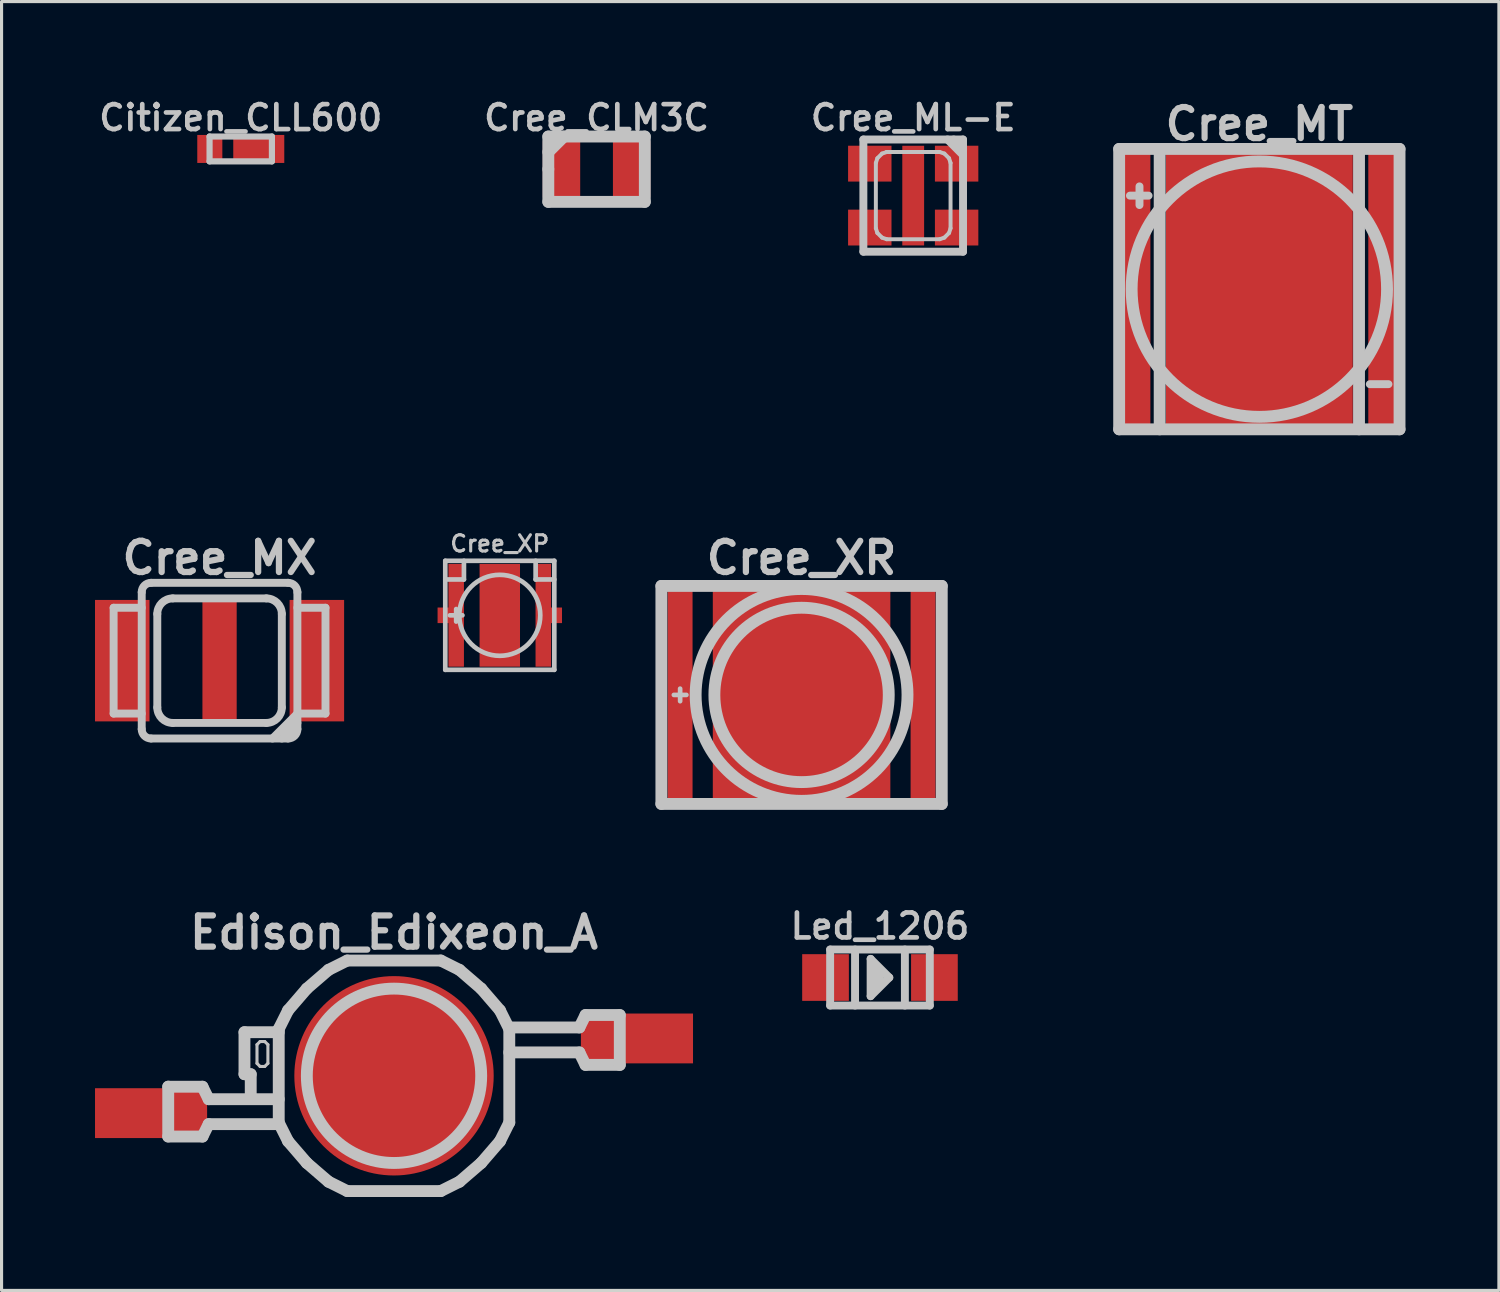
<source format=kicad_pcb>
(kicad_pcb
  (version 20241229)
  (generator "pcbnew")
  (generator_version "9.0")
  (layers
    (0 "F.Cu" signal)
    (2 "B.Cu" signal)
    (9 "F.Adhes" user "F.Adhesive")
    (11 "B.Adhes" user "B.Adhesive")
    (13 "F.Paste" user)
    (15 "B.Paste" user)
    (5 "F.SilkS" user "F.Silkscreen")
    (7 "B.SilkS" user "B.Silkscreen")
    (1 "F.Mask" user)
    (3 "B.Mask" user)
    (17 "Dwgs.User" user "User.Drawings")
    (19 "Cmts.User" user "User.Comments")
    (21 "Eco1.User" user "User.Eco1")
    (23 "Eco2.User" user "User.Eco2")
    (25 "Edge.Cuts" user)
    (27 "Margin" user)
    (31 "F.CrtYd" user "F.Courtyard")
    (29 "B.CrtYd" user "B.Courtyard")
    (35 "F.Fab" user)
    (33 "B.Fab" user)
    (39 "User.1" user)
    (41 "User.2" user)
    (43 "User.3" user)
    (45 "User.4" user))
  (footprint "Cree_ML-E"
    (layer "F.Cu")
    (at 26.269 3.23)
    (property "Reference" "Cree_ML-E" (at 0 -2.499 0) (layer "Dwgs.User") (effects (font (size 0.8 0.8) (thickness 0.15))))
    (attr through_hole)
    (fp_line (start -1.6 -1.801) (end 1.6 -1.801) (stroke (width 0.254) (type solid)) (layer "Dwgs.User"))
    (fp_line (start -1.6 1.801) (end -1.6 -1.801) (stroke (width 0.254) (type solid)) (layer "Dwgs.User"))
    (fp_line (start -1.199 -1.049) (end -1.199 1.049) (stroke (width 0.127) (type solid)) (layer "Dwgs.User"))
    (fp_line (start -1.199 1.049) (end -1.151 1.199) (stroke (width 0.127) (type solid)) (layer "Dwgs.User"))
    (fp_line (start -1.151 -1.199) (end -1.199 -1.049) (stroke (width 0.127) (type solid)) (layer "Dwgs.User"))
    (fp_line (start -1.151 1.199) (end -1.001 1.349) (stroke (width 0.127) (type solid)) (layer "Dwgs.User"))
    (fp_line (start -1.001 -1.349) (end -1.151 -1.199) (stroke (width 0.127) (type solid)) (layer "Dwgs.User"))
    (fp_line (start -0.851 -1.4) (end -1.001 -1.349) (stroke (width 0.127) (type solid)) (layer "Dwgs.User"))
    (fp_line (start -0.851 -1.4) (end -0.8 -1.4) (stroke (width 0.127) (type solid)) (layer "Dwgs.User"))
    (fp_line (start -0.851 1.4) (end -1.001 1.349) (stroke (width 0.127) (type solid)) (layer "Dwgs.User"))
    (fp_line (start -0.851 1.4) (end 0.851 1.4) (stroke (width 0.127) (type solid)) (layer "Dwgs.User"))
    (fp_line (start 0.851 -1.4) (end -0.851 -1.4) (stroke (width 0.127) (type solid)) (layer "Dwgs.User"))
    (fp_line (start 0.851 1.4) (end 1.001 1.349) (stroke (width 0.127) (type solid)) (layer "Dwgs.User"))
    (fp_line (start 1.001 -1.349) (end 0.851 -1.4) (stroke (width 0.127) (type solid)) (layer "Dwgs.User"))
    (fp_line (start 1.1 -1.801) (end 1.6 -1.3) (stroke (width 0.254) (type solid)) (layer "Dwgs.User"))
    (fp_line (start 1.151 -1.199) (end 1.001 -1.349) (stroke (width 0.127) (type solid)) (layer "Dwgs.User"))
    (fp_line (start 1.151 1.199) (end 1.001 1.349) (stroke (width 0.127) (type solid)) (layer "Dwgs.User"))
    (fp_line (start 1.199 -1.049) (end 1.151 -1.199) (stroke (width 0.127) (type solid)) (layer "Dwgs.User"))
    (fp_line (start 1.199 1.049) (end 1.151 1.199) (stroke (width 0.127) (type solid)) (layer "Dwgs.User"))
    (fp_line (start 1.199 1.049) (end 1.199 -1.049) (stroke (width 0.127) (type solid)) (layer "Dwgs.User"))
    (fp_line (start 1.3 -1.801) (end 1.6 -1.501) (stroke (width 0.254) (type solid)) (layer "Dwgs.User"))
    (fp_line (start 1.6 -1.801) (end 1.6 1.801) (stroke (width 0.254) (type solid)) (layer "Dwgs.User"))
    (fp_line (start 1.6 1.801) (end -1.6 1.801) (stroke (width 0.254) (type solid)) (layer "Dwgs.User"))
    (pad "1" smd rect (at -1.394 -1.026) (size 1.394 1.151) (layers "F.Cu" "F.Mask" "F.Paste"))
    (pad "2" smd rect (at -1.394 1.026) (size 1.394 1.151) (layers "F.Cu" "F.Mask" "F.Paste"))
    (pad "3" smd rect (at 1.394 1.026) (size 1.394 1.151) (layers "F.Cu" "F.Mask" "F.Paste"))
    (pad "4" smd rect (at 1.394 -1.026) (size 1.394 1.151) (layers "F.Cu" "F.Mask" "F.Paste"))
    (pad "5" smd rect (at 0 0) (size 0.701 3.2) (layers "F.Cu" "F.Mask" "F.Paste")))
  (footprint "Citizen_CLL600"
    (layer "F.Cu")
    (at 4.679 1.732)
    (property "Reference" "Citizen_CLL600" (at 0 -1.001 0) (layer "Dwgs.User") (effects (font (size 0.8 0.8) (thickness 0.15))))
    (attr through_hole)
    (fp_line (start -1.001 -0.399) (end 1.001 -0.399) (stroke (width 0.198) (type solid)) (layer "Dwgs.User"))
    (fp_line (start -1.001 0.399) (end -1.001 -0.399) (stroke (width 0.198) (type solid)) (layer "Dwgs.User"))
    (fp_line (start 1.001 -0.399) (end 1.001 0.399) (stroke (width 0.198) (type solid)) (layer "Dwgs.User"))
    (fp_line (start 1.001 0.399) (end -1.001 0.399) (stroke (width 0.198) (type solid)) (layer "Dwgs.User"))
    (pad "1" smd rect (at -0.993 0) (size 0.805 0.899) (layers "F.Cu" "F.Mask" "F.Paste"))
    (pad "2" smd rect (at 0.579 0) (size 1.638 0.899) (layers "F.Cu" "F.Mask" "F.Paste")))
  (footprint "Cree_CLM3C"
    (layer "F.Cu")
    (at 16.103 2.382)
    (property "Reference" "Cree_CLM3C" (at 0 -1.651 0) (layer "Dwgs.User") (effects (font (size 0.8 0.8) (thickness 0.15))))
    (attr through_hole)
    (fp_line (start -1.549 -1.049) (end 1.549 -1.049) (stroke (width 0.381) (type solid)) (layer "Dwgs.User"))
    (fp_line (start -1.549 -0.551) (end -1.049 -1.049) (stroke (width 0.381) (type solid)) (layer "Dwgs.User"))
    (fp_line (start -1.549 0) (end -1.549 -1.049) (stroke (width 0.381) (type solid)) (layer "Dwgs.User"))
    (fp_line (start -1.549 1.049) (end -1.549 0) (stroke (width 0.381) (type solid)) (layer "Dwgs.User"))
    (fp_line (start 1.549 -1.049) (end 1.549 1.049) (stroke (width 0.381) (type solid)) (layer "Dwgs.User"))
    (fp_line (start 1.549 1.049) (end -1.549 1.049) (stroke (width 0.381) (type solid)) (layer "Dwgs.User"))
    (pad "1" smd rect (at -1.125 0) (size 1.199 1.801) (layers "F.Cu" "F.Mask" "F.Paste"))
    (pad "2" smd rect (at 1.125 0) (size 1.199 1.801) (layers "F.Cu" "F.Mask" "F.Paste")))
  (footprint "Cree_XR"
    (layer "F.Cu")
    (at 22.685 19.261)
    (property "Reference" "Cree_XR" (at 0 -4.399 0) (layer "Dwgs.User") (effects (font (size 1.001 1.001) (thickness 0.201))))
    (attr through_hole)
    (fp_line (start -4.501 -3.5) (end -4.501 3.5) (stroke (width 0.381) (type solid)) (layer "Dwgs.User"))
    (fp_line (start -4.501 3.5) (end 4.501 3.5) (stroke (width 0.381) (type solid)) (layer "Dwgs.User"))
    (fp_line (start -3.899 0.201) (end -3.899 -0.201) (stroke (width 0.15) (type solid)) (layer "Dwgs.User"))
    (fp_line (start -3.698 0) (end -4.1 0) (stroke (width 0.15) (type solid)) (layer "Dwgs.User"))
    (fp_line (start 4.501 -3.5) (end -4.501 -3.5) (stroke (width 0.381) (type solid)) (layer "Dwgs.User"))
    (fp_line (start 4.501 3.5) (end 4.501 -3.5) (stroke (width 0.381) (type solid)) (layer "Dwgs.User"))
    (fp_circle (center 0 0) (end -3.401 0) (stroke (width 0.381) (type solid)) (fill no) (layer "Dwgs.User"))
    (fp_circle (center 0 0) (end -2.799 0) (stroke (width 0.381) (type solid)) (fill no) (layer "Dwgs.User"))
    (pad "" smd rect (at -3.861 0) (size 0.297 4.996) (layers "F.Mask" "F.Paste"))
    (pad "" smd rect (at -0.686 -0.925) (size 1.372 1.847) (layers "F.Mask" "F.Paste"))
    (pad "" smd rect (at -0.686 0.925) (size 1.372 1.847) (layers "F.Mask" "F.Paste"))
    (pad "" smd rect (at 0.686 -0.925) (size 1.372 1.847) (layers "F.Mask" "F.Paste"))
    (pad "" smd rect (at 0.686 0.925) (size 1.372 1.847) (layers "F.Mask" "F.Paste"))
    (pad "" smd rect (at 3.861 0) (size 0.297 4.996) (layers "F.Mask" "F.Paste"))
    (pad "1" smd rect (at -3.9 0) (size 0.8 7) (layers "F.Cu"))
    (pad "2" smd rect (at 3.9 0) (size 0.8 7) (layers "F.Cu"))
    (pad "3" smd rect (at 0 0) (size 5.7 7) (layers "F.Cu")))
  (footprint "Cree_MX"
    (layer "F.Cu")
    (at 3.999 18.161)
    (property "Reference" "Cree_MX" (at 0 -3.299 0) (layer "Dwgs.User") (effects (font (size 1.001 1.001) (thickness 0.201))))
    (attr through_hole)
    (fp_line (start -3.401 -1.699) (end -3.401 1.699) (stroke (width 0.254) (type solid)) (layer "Dwgs.User"))
    (fp_line (start -3.401 1.699) (end -2.499 1.699) (stroke (width 0.254) (type solid)) (layer "Dwgs.User"))
    (fp_line (start -2.499 -2.2) (end -2.499 2.2) (stroke (width 0.254) (type solid)) (layer "Dwgs.User"))
    (fp_line (start -2.499 -1.699) (end -3.401 -1.699) (stroke (width 0.254) (type solid)) (layer "Dwgs.User"))
    (fp_line (start -2.2 2.499) (end 2.2 2.499) (stroke (width 0.254) (type solid)) (layer "Dwgs.User"))
    (fp_line (start -1.999 -1.501) (end -1.999 1.501) (stroke (width 0.254) (type solid)) (layer "Dwgs.User"))
    (fp_line (start -1.501 1.999) (end 1.501 1.999) (stroke (width 0.254) (type solid)) (layer "Dwgs.User"))
    (fp_line (start 1.501 -1.999) (end -1.501 -1.999) (stroke (width 0.254) (type solid)) (layer "Dwgs.User"))
    (fp_line (start 1.999 1.501) (end 1.999 -1.501) (stroke (width 0.254) (type solid)) (layer "Dwgs.User"))
    (fp_line (start 1.999 2.499) (end 2.499 1.999) (stroke (width 0.254) (type solid)) (layer "Dwgs.User"))
    (fp_line (start 2.2 -2.499) (end -2.2 -2.499) (stroke (width 0.254) (type solid)) (layer "Dwgs.User"))
    (fp_line (start 2.499 1.699) (end 1.699 2.499) (stroke (width 0.254) (type solid)) (layer "Dwgs.User"))
    (fp_line (start 2.499 1.699) (end 3.401 1.699) (stroke (width 0.254) (type solid)) (layer "Dwgs.User"))
    (fp_line (start 2.499 2.2) (end 2.499 -2.2) (stroke (width 0.254) (type solid)) (layer "Dwgs.User"))
    (fp_line (start 3.401 -1.699) (end 2.499 -1.699) (stroke (width 0.254) (type solid)) (layer "Dwgs.User"))
    (fp_line (start 3.401 1.699) (end 3.401 -1.699) (stroke (width 0.254) (type solid)) (layer "Dwgs.User"))
    (fp_arc (start -2.49936 -2.19964) (mid -2.411574 -2.411574) (end -2.19964 -2.49936) (stroke (width 0.254) (type solid)) (layer "Dwgs.User"))
    (fp_arc (start -2.19964 2.49936) (mid -2.411574 2.411574) (end -2.49936 2.19964) (stroke (width 0.254) (type solid)) (layer "Dwgs.User"))
    (fp_arc (start -1.99898 -1.50114) (mid -1.853166 -1.853166) (end -1.50114 -1.99898) (stroke (width 0.254) (type solid)) (layer "Dwgs.User"))
    (fp_arc (start -1.50114 1.99898) (mid -1.853166 1.853166) (end -1.99898 1.50114) (stroke (width 0.254) (type solid)) (layer "Dwgs.User"))
    (fp_arc (start 1.50114 -1.99898) (mid 1.853166 -1.853166) (end 1.99898 -1.50114) (stroke (width 0.254) (type solid)) (layer "Dwgs.User"))
    (fp_arc (start 1.99898 1.50114) (mid 1.853166 1.853166) (end 1.50114 1.99898) (stroke (width 0.254) (type solid)) (layer "Dwgs.User"))
    (fp_arc (start 2.19964 -2.49936) (mid 2.411574 -2.411574) (end 2.49936 -2.19964) (stroke (width 0.254) (type solid)) (layer "Dwgs.User"))
    (fp_arc (start 2.49936 2.19964) (mid 2.411574 2.411574) (end 2.19964 2.49936) (stroke (width 0.254) (type solid)) (layer "Dwgs.User"))
    (pad "1" smd rect (at -3.124 0) (size 1.75 3.899) (layers "F.Cu" "F.Mask" "F.Paste"))
    (pad "2" smd rect (at 3.124 0) (size 1.75 3.899) (layers "F.Cu" "F.Mask" "F.Paste"))
    (pad "3" smd rect (at 0 0) (size 1.1 3.899) (layers "F.Cu" "F.Mask" "F.Paste")))
  (footprint "Cree_MT"
    (layer "F.Cu")
    (at 37.382 6.233)
    (property "Reference" "Cree_MT" (at 0 -5.301 0) (layer "Dwgs.User") (effects (font (size 0.998 0.998) (thickness 0.198))))
    (attr through_hole)
    (fp_line (start -4.501 -4.501) (end 4.501 -4.501) (stroke (width 0.381) (type solid)) (layer "Dwgs.User"))
    (fp_line (start -4.501 4.501) (end -4.501 -4.501) (stroke (width 0.381) (type solid)) (layer "Dwgs.User"))
    (fp_line (start -3.848 -3.299) (end -3.848 -2.7) (stroke (width 0.254) (type solid)) (layer "Dwgs.User"))
    (fp_line (start -3.556 -3.002) (end -4.155 -3.002) (stroke (width 0.254) (type solid)) (layer "Dwgs.User"))
    (fp_line (start -3.2 4.501) (end -3.2 -4.501) (stroke (width 0.381) (type solid)) (layer "Dwgs.User"))
    (fp_line (start 3.2 -4.501) (end 3.2 4.501) (stroke (width 0.381) (type solid)) (layer "Dwgs.User"))
    (fp_line (start 4.145 3.051) (end 3.546 3.051) (stroke (width 0.254) (type solid)) (layer "Dwgs.User"))
    (fp_line (start 4.501 -4.501) (end 4.501 4.501) (stroke (width 0.381) (type solid)) (layer "Dwgs.User"))
    (fp_line (start 4.501 4.501) (end -4.501 4.501) (stroke (width 0.381) (type solid)) (layer "Dwgs.User"))
    (fp_circle (center 0 0) (end -4.1 0) (stroke (width 0.381) (type solid)) (fill no) (layer "Dwgs.User"))
    (pad "" smd rect (at -3.973 0) (size 0.889 6.198) (layers "F.Mask" "F.Paste"))
    (pad "" smd rect (at -1.488 -2.443) (size 1.905 3.175) (layers "F.Mask" "F.Paste"))
    (pad "" smd rect (at -1.488 2.443) (size 1.905 3.175) (layers "F.Mask" "F.Paste"))
    (pad "" smd rect (at 1.488 -2.443) (size 1.905 3.175) (layers "F.Mask" "F.Paste"))
    (pad "" smd rect (at 1.488 2.443) (size 1.905 3.175) (layers "F.Mask" "F.Paste"))
    (pad "" smd rect (at 3.973 0) (size 0.889 6.198) (layers "F.Mask" "F.Paste"))
    (pad "1" smd rect (at -3.973 0) (size 0.95 8.895) (layers "F.Cu" "F.Mask"))
    (pad "2" smd rect (at 3.973 0) (size 0.95 8.895) (layers "F.Cu" "F.Mask"))
    (pad "3" smd rect (at 0 0) (size 5.999 8.895) (layers "F.Cu" "F.Mask")))
  (footprint "Edison_Edixeon_A"
    (layer "F.Cu")
    (at 9.6 31.489)
    (property "Reference" "Edison_Edixeon_A" (at 0 -4.6 0) (layer "Dwgs.User") (effects (font (size 1.001 1.001) (thickness 0.201))))
    (attr through_hole)
    (fp_line (start -7.249 0.351) (end -6.149 0.351) (stroke (width 0.381) (type solid)) (layer "Dwgs.User"))
    (fp_line (start -7.249 1.948) (end -7.249 0.348) (stroke (width 0.381) (type solid)) (layer "Dwgs.User"))
    (fp_line (start -7.249 1.951) (end -6.149 1.951) (stroke (width 0.381) (type solid)) (layer "Dwgs.User"))
    (fp_line (start -5.951 0.752) (end -6.149 0.351) (stroke (width 0.381) (type solid)) (layer "Dwgs.User"))
    (fp_line (start -5.951 0.752) (end -3.701 0.752) (stroke (width 0.381) (type solid)) (layer "Dwgs.User"))
    (fp_line (start -5.951 1.552) (end -6.149 1.951) (stroke (width 0.381) (type solid)) (layer "Dwgs.User"))
    (fp_line (start -5.951 1.552) (end -3.701 1.552) (stroke (width 0.381) (type solid)) (layer "Dwgs.User"))
    (fp_line (start -4.801 -1.4) (end -4.801 -0.051) (stroke (width 0.381) (type solid)) (layer "Dwgs.User"))
    (fp_line (start -4.801 -0.051) (end -4.6 -0.051) (stroke (width 0.381) (type solid)) (layer "Dwgs.User"))
    (fp_line (start -4.6 -0.051) (end -4.6 0.701) (stroke (width 0.381) (type solid)) (layer "Dwgs.User"))
    (fp_line (start -4.399 -1.001) (end -4.399 -0.399) (stroke (width 0.099) (type solid)) (layer "Dwgs.User"))
    (fp_line (start -4.399 -0.399) (end -4.3 -0.3) (stroke (width 0.099) (type solid)) (layer "Dwgs.User"))
    (fp_line (start -4.3 -1.1) (end -4.399 -1.001) (stroke (width 0.099) (type solid)) (layer "Dwgs.User"))
    (fp_line (start -4.3 -0.3) (end -4.15 -0.3) (stroke (width 0.099) (type solid)) (layer "Dwgs.User"))
    (fp_line (start -4.15 -1.1) (end -4.3 -1.1) (stroke (width 0.099) (type solid)) (layer "Dwgs.User"))
    (fp_line (start -4.15 -0.3) (end -4.049 -0.399) (stroke (width 0.099) (type solid)) (layer "Dwgs.User"))
    (fp_line (start -4.049 -1.001) (end -4.15 -1.1) (stroke (width 0.099) (type solid)) (layer "Dwgs.User"))
    (fp_line (start -4.049 -0.399) (end -4.049 -1.001) (stroke (width 0.099) (type solid)) (layer "Dwgs.User"))
    (fp_line (start -3.701 -1.501) (end -3.401 -2.101) (stroke (width 0.381) (type solid)) (layer "Dwgs.User"))
    (fp_line (start -3.701 -1.4) (end -4.801 -1.4) (stroke (width 0.381) (type solid)) (layer "Dwgs.User"))
    (fp_line (start -3.701 1.501) (end -3.701 -1.501) (stroke (width 0.381) (type solid)) (layer "Dwgs.User"))
    (fp_line (start -3.701 1.501) (end -3.401 2.101) (stroke (width 0.381) (type solid)) (layer "Dwgs.User"))
    (fp_line (start -3.401 -2.101) (end -2.799 -2.799) (stroke (width 0.381) (type solid)) (layer "Dwgs.User"))
    (fp_line (start -2.799 -2.799) (end -2.101 -3.401) (stroke (width 0.381) (type solid)) (layer "Dwgs.User"))
    (fp_line (start -2.799 2.799) (end -3.401 2.101) (stroke (width 0.381) (type solid)) (layer "Dwgs.User"))
    (fp_line (start -2.101 -3.401) (end -1.501 -3.701) (stroke (width 0.381) (type solid)) (layer "Dwgs.User"))
    (fp_line (start -2.101 3.401) (end -2.799 2.799) (stroke (width 0.381) (type solid)) (layer "Dwgs.User"))
    (fp_line (start -1.501 -3.701) (end 1.501 -3.701) (stroke (width 0.381) (type solid)) (layer "Dwgs.User"))
    (fp_line (start -1.501 3.701) (end -2.101 3.401) (stroke (width 0.381) (type solid)) (layer "Dwgs.User"))
    (fp_line (start 1.501 -3.701) (end 2.101 -3.401) (stroke (width 0.381) (type solid)) (layer "Dwgs.User"))
    (fp_line (start 1.501 3.701) (end -1.501 3.701) (stroke (width 0.381) (type solid)) (layer "Dwgs.User"))
    (fp_line (start 1.501 3.701) (end 2.101 3.401) (stroke (width 0.381) (type solid)) (layer "Dwgs.User"))
    (fp_line (start 2.101 -3.401) (end 2.799 -2.799) (stroke (width 0.381) (type solid)) (layer "Dwgs.User"))
    (fp_line (start 2.799 -2.799) (end 3.401 -2.101) (stroke (width 0.381) (type solid)) (layer "Dwgs.User"))
    (fp_line (start 2.799 2.799) (end 2.101 3.401) (stroke (width 0.381) (type solid)) (layer "Dwgs.User"))
    (fp_line (start 3.401 2.101) (end 2.799 2.799) (stroke (width 0.381) (type solid)) (layer "Dwgs.User"))
    (fp_line (start 3.701 -1.552) (end 5.951 -1.552) (stroke (width 0.381) (type solid)) (layer "Dwgs.User"))
    (fp_line (start 3.701 -1.501) (end 3.401 -2.101) (stroke (width 0.381) (type solid)) (layer "Dwgs.User"))
    (fp_line (start 3.701 -1.501) (end 3.701 1.501) (stroke (width 0.381) (type solid)) (layer "Dwgs.User"))
    (fp_line (start 3.701 1.501) (end 3.401 2.101) (stroke (width 0.381) (type solid)) (layer "Dwgs.User"))
    (fp_line (start 5.951 -0.752) (end 3.701 -0.752) (stroke (width 0.381) (type solid)) (layer "Dwgs.User"))
    (fp_line (start 5.951 -0.749) (end 6.149 -0.348) (stroke (width 0.381) (type solid)) (layer "Dwgs.User"))
    (fp_line (start 6.149 -1.951) (end 5.951 -1.552) (stroke (width 0.381) (type solid)) (layer "Dwgs.User"))
    (fp_line (start 6.149 -0.351) (end 7.249 -0.351) (stroke (width 0.381) (type solid)) (layer "Dwgs.User"))
    (fp_line (start 7.249 -1.951) (end 6.149 -1.951) (stroke (width 0.381) (type solid)) (layer "Dwgs.User"))
    (fp_line (start 7.249 -0.348) (end 7.249 -1.948) (stroke (width 0.381) (type solid)) (layer "Dwgs.User"))
    (fp_circle (center 0 0) (end -2.799 0) (stroke (width 0.381) (type solid)) (fill no) (layer "Dwgs.User"))
    (pad "1" smd rect (at -7.8 1.199) (size 3.599 1.6) (layers "F.Cu" "F.Mask" "F.Paste"))
    (pad "2" smd rect (at 7.8 -1.199) (size 3.599 1.6) (layers "F.Cu" "F.Mask" "F.Paste"))
    (pad "3" smd circle (at 0 0) (size 6.401 6.401) (layers "F.Cu" "F.Mask" "F.Paste")))
  (footprint "Led_1206"
    (layer "F.Cu")
    (at 25.202 28.334)
    (property "Reference" "Led_1206" (at 0 -1.651 0) (layer "Dwgs.User") (effects (font (size 0.8 0.8) (thickness 0.15))))
    (attr through_hole)
    (fp_line (start -1.6 -0.899) (end 1.6 -0.899) (stroke (width 0.254) (type solid)) (layer "Dwgs.User"))
    (fp_line (start -1.6 0.899) (end -1.6 -0.899) (stroke (width 0.254) (type solid)) (layer "Dwgs.User"))
    (fp_line (start -0.8 -0.899) (end -0.8 0.899) (stroke (width 0.254) (type solid)) (layer "Dwgs.User"))
    (fp_line (start -0.3 -0.599) (end -0.3 0.599) (stroke (width 0.254) (type solid)) (layer "Dwgs.User"))
    (fp_line (start -0.3 0.599) (end 0.3 0) (stroke (width 0.254) (type solid)) (layer "Dwgs.User"))
    (fp_line (start -0.099 0.3) (end -0.099 -0.3) (stroke (width 0.254) (type solid)) (layer "Dwgs.User"))
    (fp_line (start 0 -0.201) (end 0 0.099) (stroke (width 0.254) (type solid)) (layer "Dwgs.User"))
    (fp_line (start 0.3 0) (end -0.3 -0.599) (stroke (width 0.254) (type solid)) (layer "Dwgs.User"))
    (fp_line (start 0.8 0.899) (end 0.8 -0.899) (stroke (width 0.254) (type solid)) (layer "Dwgs.User"))
    (fp_line (start 1.6 -0.899) (end 1.6 0.899) (stroke (width 0.254) (type solid)) (layer "Dwgs.User"))
    (fp_line (start 1.6 0.899) (end -1.6 0.899) (stroke (width 0.254) (type solid)) (layer "Dwgs.User"))
    (pad "1" smd rect (at -1.748 0) (size 1.499 1.499) (layers "F.Cu" "F.Mask" "F.Paste"))
    (pad "2" smd rect (at 1.748 0) (size 1.499 1.499) (layers "F.Cu" "F.Mask" "F.Paste")))
  (footprint "Cree_XP"
    (layer "F.Cu")
    (at 12.996 16.705)
    (property "Reference" "Cree_XP" (at 0 -2.301 0) (layer "Dwgs.User") (effects (font (size 0.523 0.523) (thickness 0.099))))
    (attr through_hole)
    (fp_line (start -1.75 -1.75) (end -1.75 1.75) (stroke (width 0.15) (type solid)) (layer "Dwgs.User"))
    (fp_line (start -1.75 -1.151) (end -1.151 -1.151) (stroke (width 0.15) (type solid)) (layer "Dwgs.User"))
    (fp_line (start -1.75 1.75) (end 1.75 1.75) (stroke (width 0.15) (type solid)) (layer "Dwgs.User"))
    (fp_line (start -1.4 0.201) (end -1.4 -0.201) (stroke (width 0.15) (type solid)) (layer "Dwgs.User"))
    (fp_line (start -1.199 0) (end -1.6 0) (stroke (width 0.15) (type solid)) (layer "Dwgs.User"))
    (fp_line (start -1.151 -1.75) (end -1.151 -1.151) (stroke (width 0.15) (type solid)) (layer "Dwgs.User"))
    (fp_line (start 1.151 -1.75) (end 1.151 -1.151) (stroke (width 0.15) (type solid)) (layer "Dwgs.User"))
    (fp_line (start 1.75 -1.75) (end -1.75 -1.75) (stroke (width 0.15) (type solid)) (layer "Dwgs.User"))
    (fp_line (start 1.75 -1.151) (end 1.151 -1.151) (stroke (width 0.15) (type solid)) (layer "Dwgs.User"))
    (fp_line (start 1.75 1.75) (end 1.75 -1.75) (stroke (width 0.15) (type solid)) (layer "Dwgs.User"))
    (fp_circle (center 0 0) (end 0 -1.3) (stroke (width 0.15) (type solid)) (fill no) (layer "Dwgs.User"))
    (pad "1" smd rect (at -1.798 0) (size 0.399 0.5) (layers "F.Cu" "F.Mask"))
    (pad "1" smd rect (at -1.4 0) (size 0.498 3.299) (layers "F.Cu" "F.Mask" "F.Paste"))
    (pad "2" smd rect (at 1.397 0) (size 0.498 3.299) (layers "F.Cu" "F.Mask" "F.Paste"))
    (pad "2" smd rect (at 1.798 0) (size 0.399 0.5) (layers "F.Cu" "F.Mask"))
    (pad "3" smd rect (at 0 0) (size 1.298 3.299) (layers "F.Cu" "F.Mask" "F.Paste")))
  (gr_rect
    (start -3 -3)
    (end 45.073 38.38)
    (stroke (width 0.1) (type default))
    (fill no)
    (layer "Edge.Cuts")))
</source>
